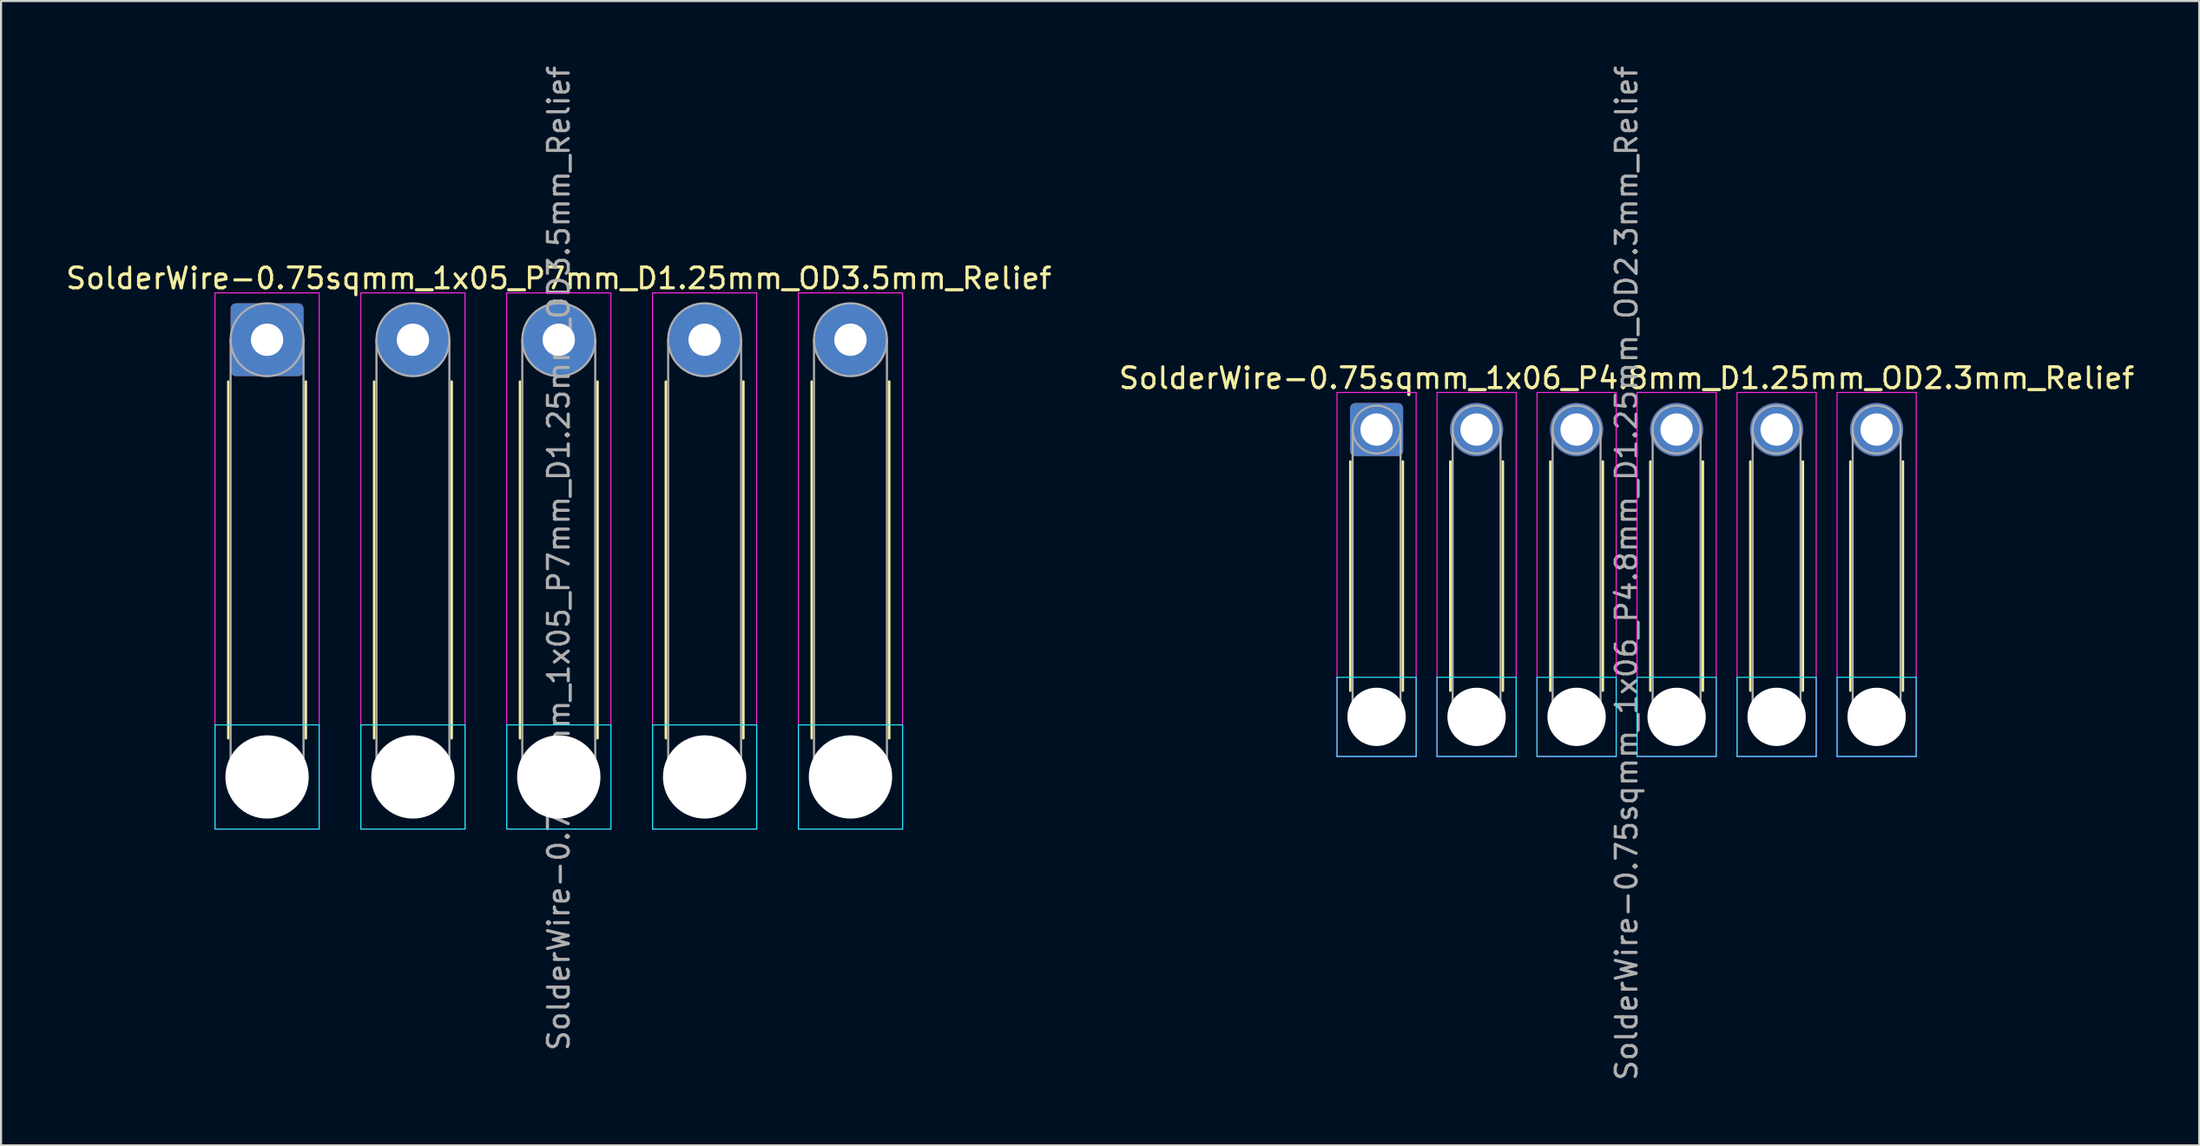
<source format=kicad_pcb>
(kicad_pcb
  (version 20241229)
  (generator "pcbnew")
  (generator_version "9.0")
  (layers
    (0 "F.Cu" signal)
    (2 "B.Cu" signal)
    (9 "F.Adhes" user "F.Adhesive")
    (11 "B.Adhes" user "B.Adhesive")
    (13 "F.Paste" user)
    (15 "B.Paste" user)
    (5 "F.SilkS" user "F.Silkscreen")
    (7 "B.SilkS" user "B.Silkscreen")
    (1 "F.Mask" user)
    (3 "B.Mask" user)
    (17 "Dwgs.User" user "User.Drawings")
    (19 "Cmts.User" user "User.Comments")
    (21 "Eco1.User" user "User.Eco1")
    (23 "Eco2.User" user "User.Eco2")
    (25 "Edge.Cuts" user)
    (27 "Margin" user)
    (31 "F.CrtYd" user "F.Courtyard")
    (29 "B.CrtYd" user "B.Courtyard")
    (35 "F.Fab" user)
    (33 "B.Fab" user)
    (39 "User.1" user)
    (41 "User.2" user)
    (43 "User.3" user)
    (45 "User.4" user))
  (footprint "SolderWire-0.75sqmm_1x05_P7mm_D1.25mm_OD3.5mm_Relief"
    (layer "F.Cu")
    (at 9.768 13.268)
    (property "Reference" "SolderWire-0.75sqmm_1x05_P7mm_D1.25mm_OD3.5mm_Relief" (at 14 -2.95 0) (layer "F.SilkS") (effects (font (size 1 1) (thickness 0.15))))
    (attr exclude_from_pos_files exclude_from_bom)
    (fp_line (start -1.86 2.01) (end -1.86 19.14) (stroke (width 0.12) (type solid)) (layer "F.SilkS"))
    (fp_line (start 1.86 2.01) (end 1.86 19.14) (stroke (width 0.12) (type solid)) (layer "F.SilkS"))
    (fp_line (start 5.14 2.01) (end 5.14 19.14) (stroke (width 0.12) (type solid)) (layer "F.SilkS"))
    (fp_line (start 8.86 2.01) (end 8.86 19.14) (stroke (width 0.12) (type solid)) (layer "F.SilkS"))
    (fp_line (start 12.14 2.01) (end 12.14 19.14) (stroke (width 0.12) (type solid)) (layer "F.SilkS"))
    (fp_line (start 15.86 2.01) (end 15.86 19.14) (stroke (width 0.12) (type solid)) (layer "F.SilkS"))
    (fp_line (start 19.14 2.01) (end 19.14 19.14) (stroke (width 0.12) (type solid)) (layer "F.SilkS"))
    (fp_line (start 22.86 2.01) (end 22.86 19.14) (stroke (width 0.12) (type solid)) (layer "F.SilkS"))
    (fp_line (start 26.14 2.01) (end 26.14 19.14) (stroke (width 0.12) (type solid)) (layer "F.SilkS"))
    (fp_line (start 29.86 2.01) (end 29.86 19.14) (stroke (width 0.12) (type solid)) (layer "F.SilkS"))
    (fp_line (start -2.5 18.5) (end -2.5 23.5) (stroke (width 0.05) (type solid)) (layer "B.CrtYd"))
    (fp_line (start -2.5 23.5) (end 2.5 23.5) (stroke (width 0.05) (type solid)) (layer "B.CrtYd"))
    (fp_line (start 2.5 18.5) (end -2.5 18.5) (stroke (width 0.05) (type solid)) (layer "B.CrtYd"))
    (fp_line (start 2.5 23.5) (end 2.5 18.5) (stroke (width 0.05) (type solid)) (layer "B.CrtYd"))
    (fp_line (start 4.5 18.5) (end 4.5 23.5) (stroke (width 0.05) (type solid)) (layer "B.CrtYd"))
    (fp_line (start 4.5 23.5) (end 9.5 23.5) (stroke (width 0.05) (type solid)) (layer "B.CrtYd"))
    (fp_line (start 9.5 18.5) (end 4.5 18.5) (stroke (width 0.05) (type solid)) (layer "B.CrtYd"))
    (fp_line (start 9.5 23.5) (end 9.5 18.5) (stroke (width 0.05) (type solid)) (layer "B.CrtYd"))
    (fp_line (start 11.5 18.5) (end 11.5 23.5) (stroke (width 0.05) (type solid)) (layer "B.CrtYd"))
    (fp_line (start 11.5 23.5) (end 16.5 23.5) (stroke (width 0.05) (type solid)) (layer "B.CrtYd"))
    (fp_line (start 16.5 18.5) (end 11.5 18.5) (stroke (width 0.05) (type solid)) (layer "B.CrtYd"))
    (fp_line (start 16.5 23.5) (end 16.5 18.5) (stroke (width 0.05) (type solid)) (layer "B.CrtYd"))
    (fp_line (start 18.5 18.5) (end 18.5 23.5) (stroke (width 0.05) (type solid)) (layer "B.CrtYd"))
    (fp_line (start 18.5 23.5) (end 23.5 23.5) (stroke (width 0.05) (type solid)) (layer "B.CrtYd"))
    (fp_line (start 23.5 18.5) (end 18.5 18.5) (stroke (width 0.05) (type solid)) (layer "B.CrtYd"))
    (fp_line (start 23.5 23.5) (end 23.5 18.5) (stroke (width 0.05) (type solid)) (layer "B.CrtYd"))
    (fp_line (start 25.5 18.5) (end 25.5 23.5) (stroke (width 0.05) (type solid)) (layer "B.CrtYd"))
    (fp_line (start 25.5 23.5) (end 30.5 23.5) (stroke (width 0.05) (type solid)) (layer "B.CrtYd"))
    (fp_line (start 30.5 18.5) (end 25.5 18.5) (stroke (width 0.05) (type solid)) (layer "B.CrtYd"))
    (fp_line (start 30.5 23.5) (end 30.5 18.5) (stroke (width 0.05) (type solid)) (layer "B.CrtYd"))
    (fp_line (start -2.5 -2.25) (end -2.5 23.5) (stroke (width 0.05) (type solid)) (layer "F.CrtYd"))
    (fp_line (start -2.5 23.5) (end 2.5 23.5) (stroke (width 0.05) (type solid)) (layer "F.CrtYd"))
    (fp_line (start 2.5 -2.25) (end -2.5 -2.25) (stroke (width 0.05) (type solid)) (layer "F.CrtYd"))
    (fp_line (start 2.5 23.5) (end 2.5 -2.25) (stroke (width 0.05) (type solid)) (layer "F.CrtYd"))
    (fp_line (start 4.5 -2.25) (end 4.5 23.5) (stroke (width 0.05) (type solid)) (layer "F.CrtYd"))
    (fp_line (start 4.5 23.5) (end 9.5 23.5) (stroke (width 0.05) (type solid)) (layer "F.CrtYd"))
    (fp_line (start 9.5 -2.25) (end 4.5 -2.25) (stroke (width 0.05) (type solid)) (layer "F.CrtYd"))
    (fp_line (start 9.5 23.5) (end 9.5 -2.25) (stroke (width 0.05) (type solid)) (layer "F.CrtYd"))
    (fp_line (start 11.5 -2.25) (end 11.5 23.5) (stroke (width 0.05) (type solid)) (layer "F.CrtYd"))
    (fp_line (start 11.5 23.5) (end 16.5 23.5) (stroke (width 0.05) (type solid)) (layer "F.CrtYd"))
    (fp_line (start 16.5 -2.25) (end 11.5 -2.25) (stroke (width 0.05) (type solid)) (layer "F.CrtYd"))
    (fp_line (start 16.5 23.5) (end 16.5 -2.25) (stroke (width 0.05) (type solid)) (layer "F.CrtYd"))
    (fp_line (start 18.5 -2.25) (end 18.5 23.5) (stroke (width 0.05) (type solid)) (layer "F.CrtYd"))
    (fp_line (start 18.5 23.5) (end 23.5 23.5) (stroke (width 0.05) (type solid)) (layer "F.CrtYd"))
    (fp_line (start 23.5 -2.25) (end 18.5 -2.25) (stroke (width 0.05) (type solid)) (layer "F.CrtYd"))
    (fp_line (start 23.5 23.5) (end 23.5 -2.25) (stroke (width 0.05) (type solid)) (layer "F.CrtYd"))
    (fp_line (start 25.5 -2.25) (end 25.5 23.5) (stroke (width 0.05) (type solid)) (layer "F.CrtYd"))
    (fp_line (start 25.5 23.5) (end 30.5 23.5) (stroke (width 0.05) (type solid)) (layer "F.CrtYd"))
    (fp_line (start 30.5 -2.25) (end 25.5 -2.25) (stroke (width 0.05) (type solid)) (layer "F.CrtYd"))
    (fp_line (start 30.5 23.5) (end 30.5 -2.25) (stroke (width 0.05) (type solid)) (layer "F.CrtYd"))
    (fp_line (start -1.75 0) (end -1.75 21) (stroke (width 0.1) (type solid)) (layer "F.Fab"))
    (fp_line (start 1.75 0) (end 1.75 21) (stroke (width 0.1) (type solid)) (layer "F.Fab"))
    (fp_line (start 5.25 0) (end 5.25 21) (stroke (width 0.1) (type solid)) (layer "F.Fab"))
    (fp_line (start 8.75 0) (end 8.75 21) (stroke (width 0.1) (type solid)) (layer "F.Fab"))
    (fp_line (start 12.25 0) (end 12.25 21) (stroke (width 0.1) (type solid)) (layer "F.Fab"))
    (fp_line (start 15.75 0) (end 15.75 21) (stroke (width 0.1) (type solid)) (layer "F.Fab"))
    (fp_line (start 19.25 0) (end 19.25 21) (stroke (width 0.1) (type solid)) (layer "F.Fab"))
    (fp_line (start 22.75 0) (end 22.75 21) (stroke (width 0.1) (type solid)) (layer "F.Fab"))
    (fp_line (start 26.25 0) (end 26.25 21) (stroke (width 0.1) (type solid)) (layer "F.Fab"))
    (fp_line (start 29.75 0) (end 29.75 21) (stroke (width 0.1) (type solid)) (layer "F.Fab"))
    (fp_circle (center 0 0) (end 1.75 0) (stroke (width 0.1) (type solid)) (fill no) (layer "F.Fab"))
    (fp_circle (center 0 21) (end 1.75 21) (stroke (width 0.1) (type solid)) (fill no) (layer "F.Fab"))
    (fp_circle (center 7 0) (end 8.75 0) (stroke (width 0.1) (type solid)) (fill no) (layer "F.Fab"))
    (fp_circle (center 7 21) (end 8.75 21) (stroke (width 0.1) (type solid)) (fill no) (layer "F.Fab"))
    (fp_circle (center 14 0) (end 15.75 0) (stroke (width 0.1) (type solid)) (fill no) (layer "F.Fab"))
    (fp_circle (center 14 21) (end 15.75 21) (stroke (width 0.1) (type solid)) (fill no) (layer "F.Fab"))
    (fp_circle (center 21 0) (end 22.75 0) (stroke (width 0.1) (type solid)) (fill no) (layer "F.Fab"))
    (fp_circle (center 21 21) (end 22.75 21) (stroke (width 0.1) (type solid)) (fill no) (layer "F.Fab"))
    (fp_circle (center 28 0) (end 29.75 0) (stroke (width 0.1) (type solid)) (fill no) (layer "F.Fab"))
    (fp_circle (center 28 21) (end 29.75 21) (stroke (width 0.1) (type solid)) (fill no) (layer "F.Fab"))
    (fp_text user "${REFERENCE}" (at 14 10.5 90) (layer "F.Fab") (effects (font (size 1 1) (thickness 0.15))))
    (pad "" np_thru_hole circle (at 0 21) (size 4 4) (drill 4) (layers "*.Cu" "*.Mask"))
    (pad "" np_thru_hole circle (at 7 21) (size 4 4) (drill 4) (layers "*.Cu" "*.Mask"))
    (pad "" np_thru_hole circle (at 14 21) (size 4 4) (drill 4) (layers "*.Cu" "*.Mask"))
    (pad "" np_thru_hole circle (at 21 21) (size 4 4) (drill 4) (layers "*.Cu" "*.Mask"))
    (pad "" np_thru_hole circle (at 28 21) (size 4 4) (drill 4) (layers "*.Cu" "*.Mask"))
    (pad "1" thru_hole roundrect (at 0 0) (size 3.5 3.5) (drill 1.55) (layers "*.Cu" "*.Mask") (roundrect_rratio 0.071))
    (pad "2" thru_hole circle (at 7 0) (size 3.5 3.5) (drill 1.55) (layers "*.Cu" "*.Mask"))
    (pad "3" thru_hole circle (at 14 0) (size 3.5 3.5) (drill 1.55) (layers "*.Cu" "*.Mask"))
    (pad "4" thru_hole circle (at 21 0) (size 3.5 3.5) (drill 1.55) (layers "*.Cu" "*.Mask"))
    (pad "5" thru_hole circle (at 28 0) (size 3.5 3.5) (drill 1.55) (layers "*.Cu" "*.Mask")))
  (footprint "SolderWire-0.75sqmm_1x06_P4.8mm_D1.25mm_OD2.3mm_Relief"
    (layer "F.Cu")
    (at 63.018 17.582)
    (property "Reference" "SolderWire-0.75sqmm_1x06_P4.8mm_D1.25mm_OD2.3mm_Relief" (at 12 -2.47 0) (layer "F.SilkS") (effects (font (size 1 1) (thickness 0.15))))
    (attr exclude_from_pos_files exclude_from_bom)
    (fp_line (start -1.26 1.535) (end -1.26 12.54) (stroke (width 0.12) (type solid)) (layer "F.SilkS"))
    (fp_line (start 1.26 1.535) (end 1.26 12.54) (stroke (width 0.12) (type solid)) (layer "F.SilkS"))
    (fp_line (start 3.54 1.535) (end 3.54 12.54) (stroke (width 0.12) (type solid)) (layer "F.SilkS"))
    (fp_line (start 6.06 1.535) (end 6.06 12.54) (stroke (width 0.12) (type solid)) (layer "F.SilkS"))
    (fp_line (start 8.34 1.535) (end 8.34 12.54) (stroke (width 0.12) (type solid)) (layer "F.SilkS"))
    (fp_line (start 10.86 1.535) (end 10.86 12.54) (stroke (width 0.12) (type solid)) (layer "F.SilkS"))
    (fp_line (start 13.14 1.535) (end 13.14 12.54) (stroke (width 0.12) (type solid)) (layer "F.SilkS"))
    (fp_line (start 15.66 1.535) (end 15.66 12.54) (stroke (width 0.12) (type solid)) (layer "F.SilkS"))
    (fp_line (start 17.94 1.535) (end 17.94 12.54) (stroke (width 0.12) (type solid)) (layer "F.SilkS"))
    (fp_line (start 20.46 1.535) (end 20.46 12.54) (stroke (width 0.12) (type solid)) (layer "F.SilkS"))
    (fp_line (start 22.74 1.535) (end 22.74 12.54) (stroke (width 0.12) (type solid)) (layer "F.SilkS"))
    (fp_line (start 25.26 1.535) (end 25.26 12.54) (stroke (width 0.12) (type solid)) (layer "F.SilkS"))
    (fp_line (start -1.9 11.9) (end -1.9 15.7) (stroke (width 0.05) (type solid)) (layer "B.CrtYd"))
    (fp_line (start -1.9 15.7) (end 1.9 15.7) (stroke (width 0.05) (type solid)) (layer "B.CrtYd"))
    (fp_line (start 1.9 11.9) (end -1.9 11.9) (stroke (width 0.05) (type solid)) (layer "B.CrtYd"))
    (fp_line (start 1.9 15.7) (end 1.9 11.9) (stroke (width 0.05) (type solid)) (layer "B.CrtYd"))
    (fp_line (start 2.9 11.9) (end 2.9 15.7) (stroke (width 0.05) (type solid)) (layer "B.CrtYd"))
    (fp_line (start 2.9 15.7) (end 6.7 15.7) (stroke (width 0.05) (type solid)) (layer "B.CrtYd"))
    (fp_line (start 6.7 11.9) (end 2.9 11.9) (stroke (width 0.05) (type solid)) (layer "B.CrtYd"))
    (fp_line (start 6.7 15.7) (end 6.7 11.9) (stroke (width 0.05) (type solid)) (layer "B.CrtYd"))
    (fp_line (start 7.7 11.9) (end 7.7 15.7) (stroke (width 0.05) (type solid)) (layer "B.CrtYd"))
    (fp_line (start 7.7 15.7) (end 11.5 15.7) (stroke (width 0.05) (type solid)) (layer "B.CrtYd"))
    (fp_line (start 11.5 11.9) (end 7.7 11.9) (stroke (width 0.05) (type solid)) (layer "B.CrtYd"))
    (fp_line (start 11.5 15.7) (end 11.5 11.9) (stroke (width 0.05) (type solid)) (layer "B.CrtYd"))
    (fp_line (start 12.5 11.9) (end 12.5 15.7) (stroke (width 0.05) (type solid)) (layer "B.CrtYd"))
    (fp_line (start 12.5 15.7) (end 16.3 15.7) (stroke (width 0.05) (type solid)) (layer "B.CrtYd"))
    (fp_line (start 16.3 11.9) (end 12.5 11.9) (stroke (width 0.05) (type solid)) (layer "B.CrtYd"))
    (fp_line (start 16.3 15.7) (end 16.3 11.9) (stroke (width 0.05) (type solid)) (layer "B.CrtYd"))
    (fp_line (start 17.3 11.9) (end 17.3 15.7) (stroke (width 0.05) (type solid)) (layer "B.CrtYd"))
    (fp_line (start 17.3 15.7) (end 21.1 15.7) (stroke (width 0.05) (type solid)) (layer "B.CrtYd"))
    (fp_line (start 21.1 11.9) (end 17.3 11.9) (stroke (width 0.05) (type solid)) (layer "B.CrtYd"))
    (fp_line (start 21.1 15.7) (end 21.1 11.9) (stroke (width 0.05) (type solid)) (layer "B.CrtYd"))
    (fp_line (start 22.1 11.9) (end 22.1 15.7) (stroke (width 0.05) (type solid)) (layer "B.CrtYd"))
    (fp_line (start 22.1 15.7) (end 25.9 15.7) (stroke (width 0.05) (type solid)) (layer "B.CrtYd"))
    (fp_line (start 25.9 11.9) (end 22.1 11.9) (stroke (width 0.05) (type solid)) (layer "B.CrtYd"))
    (fp_line (start 25.9 15.7) (end 25.9 11.9) (stroke (width 0.05) (type solid)) (layer "B.CrtYd"))
    (fp_line (start -1.9 -1.78) (end -1.9 15.7) (stroke (width 0.05) (type solid)) (layer "F.CrtYd"))
    (fp_line (start -1.9 15.7) (end 1.9 15.7) (stroke (width 0.05) (type solid)) (layer "F.CrtYd"))
    (fp_line (start 1.9 -1.78) (end -1.9 -1.78) (stroke (width 0.05) (type solid)) (layer "F.CrtYd"))
    (fp_line (start 1.9 15.7) (end 1.9 -1.78) (stroke (width 0.05) (type solid)) (layer "F.CrtYd"))
    (fp_line (start 2.9 -1.78) (end 2.9 15.7) (stroke (width 0.05) (type solid)) (layer "F.CrtYd"))
    (fp_line (start 2.9 15.7) (end 6.7 15.7) (stroke (width 0.05) (type solid)) (layer "F.CrtYd"))
    (fp_line (start 6.7 -1.78) (end 2.9 -1.78) (stroke (width 0.05) (type solid)) (layer "F.CrtYd"))
    (fp_line (start 6.7 15.7) (end 6.7 -1.78) (stroke (width 0.05) (type solid)) (layer "F.CrtYd"))
    (fp_line (start 7.7 -1.78) (end 7.7 15.7) (stroke (width 0.05) (type solid)) (layer "F.CrtYd"))
    (fp_line (start 7.7 15.7) (end 11.5 15.7) (stroke (width 0.05) (type solid)) (layer "F.CrtYd"))
    (fp_line (start 11.5 -1.78) (end 7.7 -1.78) (stroke (width 0.05) (type solid)) (layer "F.CrtYd"))
    (fp_line (start 11.5 15.7) (end 11.5 -1.78) (stroke (width 0.05) (type solid)) (layer "F.CrtYd"))
    (fp_line (start 12.5 -1.78) (end 12.5 15.7) (stroke (width 0.05) (type solid)) (layer "F.CrtYd"))
    (fp_line (start 12.5 15.7) (end 16.3 15.7) (stroke (width 0.05) (type solid)) (layer "F.CrtYd"))
    (fp_line (start 16.3 -1.78) (end 12.5 -1.78) (stroke (width 0.05) (type solid)) (layer "F.CrtYd"))
    (fp_line (start 16.3 15.7) (end 16.3 -1.78) (stroke (width 0.05) (type solid)) (layer "F.CrtYd"))
    (fp_line (start 17.3 -1.78) (end 17.3 15.7) (stroke (width 0.05) (type solid)) (layer "F.CrtYd"))
    (fp_line (start 17.3 15.7) (end 21.1 15.7) (stroke (width 0.05) (type solid)) (layer "F.CrtYd"))
    (fp_line (start 21.1 -1.78) (end 17.3 -1.78) (stroke (width 0.05) (type solid)) (layer "F.CrtYd"))
    (fp_line (start 21.1 15.7) (end 21.1 -1.78) (stroke (width 0.05) (type solid)) (layer "F.CrtYd"))
    (fp_line (start 22.1 -1.78) (end 22.1 15.7) (stroke (width 0.05) (type solid)) (layer "F.CrtYd"))
    (fp_line (start 22.1 15.7) (end 25.9 15.7) (stroke (width 0.05) (type solid)) (layer "F.CrtYd"))
    (fp_line (start 25.9 -1.78) (end 22.1 -1.78) (stroke (width 0.05) (type solid)) (layer "F.CrtYd"))
    (fp_line (start 25.9 15.7) (end 25.9 -1.78) (stroke (width 0.05) (type solid)) (layer "F.CrtYd"))
    (fp_line (start -1.15 0) (end -1.15 13.8) (stroke (width 0.1) (type solid)) (layer "F.Fab"))
    (fp_line (start 1.15 0) (end 1.15 13.8) (stroke (width 0.1) (type solid)) (layer "F.Fab"))
    (fp_line (start 3.65 0) (end 3.65 13.8) (stroke (width 0.1) (type solid)) (layer "F.Fab"))
    (fp_line (start 5.95 0) (end 5.95 13.8) (stroke (width 0.1) (type solid)) (layer "F.Fab"))
    (fp_line (start 8.45 0) (end 8.45 13.8) (stroke (width 0.1) (type solid)) (layer "F.Fab"))
    (fp_line (start 10.75 0) (end 10.75 13.8) (stroke (width 0.1) (type solid)) (layer "F.Fab"))
    (fp_line (start 13.25 0) (end 13.25 13.8) (stroke (width 0.1) (type solid)) (layer "F.Fab"))
    (fp_line (start 15.55 0) (end 15.55 13.8) (stroke (width 0.1) (type solid)) (layer "F.Fab"))
    (fp_line (start 18.05 0) (end 18.05 13.8) (stroke (width 0.1) (type solid)) (layer "F.Fab"))
    (fp_line (start 20.35 0) (end 20.35 13.8) (stroke (width 0.1) (type solid)) (layer "F.Fab"))
    (fp_line (start 22.85 0) (end 22.85 13.8) (stroke (width 0.1) (type solid)) (layer "F.Fab"))
    (fp_line (start 25.15 0) (end 25.15 13.8) (stroke (width 0.1) (type solid)) (layer "F.Fab"))
    (fp_circle (center 0 0) (end 1.15 0) (stroke (width 0.1) (type solid)) (fill no) (layer "F.Fab"))
    (fp_circle (center 0 13.8) (end 1.15 13.8) (stroke (width 0.1) (type solid)) (fill no) (layer "F.Fab"))
    (fp_circle (center 4.8 0) (end 5.95 0) (stroke (width 0.1) (type solid)) (fill no) (layer "F.Fab"))
    (fp_circle (center 4.8 13.8) (end 5.95 13.8) (stroke (width 0.1) (type solid)) (fill no) (layer "F.Fab"))
    (fp_circle (center 9.6 0) (end 10.75 0) (stroke (width 0.1) (type solid)) (fill no) (layer "F.Fab"))
    (fp_circle (center 9.6 13.8) (end 10.75 13.8) (stroke (width 0.1) (type solid)) (fill no) (layer "F.Fab"))
    (fp_circle (center 14.4 0) (end 15.55 0) (stroke (width 0.1) (type solid)) (fill no) (layer "F.Fab"))
    (fp_circle (center 14.4 13.8) (end 15.55 13.8) (stroke (width 0.1) (type solid)) (fill no) (layer "F.Fab"))
    (fp_circle (center 19.2 0) (end 20.35 0) (stroke (width 0.1) (type solid)) (fill no) (layer "F.Fab"))
    (fp_circle (center 19.2 13.8) (end 20.35 13.8) (stroke (width 0.1) (type solid)) (fill no) (layer "F.Fab"))
    (fp_circle (center 24 0) (end 25.15 0) (stroke (width 0.1) (type solid)) (fill no) (layer "F.Fab"))
    (fp_circle (center 24 13.8) (end 25.15 13.8) (stroke (width 0.1) (type solid)) (fill no) (layer "F.Fab"))
    (fp_text user "${REFERENCE}" (at 12 6.9 90) (layer "F.Fab") (effects (font (size 1 1) (thickness 0.15))))
    (pad "" np_thru_hole circle (at 0 13.8) (size 2.8 2.8) (drill 2.8) (layers "*.Cu" "*.Mask"))
    (pad "" np_thru_hole circle (at 4.8 13.8) (size 2.8 2.8) (drill 2.8) (layers "*.Cu" "*.Mask"))
    (pad "" np_thru_hole circle (at 9.6 13.8) (size 2.8 2.8) (drill 2.8) (layers "*.Cu" "*.Mask"))
    (pad "" np_thru_hole circle (at 14.4 13.8) (size 2.8 2.8) (drill 2.8) (layers "*.Cu" "*.Mask"))
    (pad "" np_thru_hole circle (at 19.2 13.8) (size 2.8 2.8) (drill 2.8) (layers "*.Cu" "*.Mask"))
    (pad "" np_thru_hole circle (at 24 13.8) (size 2.8 2.8) (drill 2.8) (layers "*.Cu" "*.Mask"))
    (pad "1" thru_hole roundrect (at 0 0) (size 2.55 2.55) (drill 1.55) (layers "*.Cu" "*.Mask") (roundrect_rratio 0.098))
    (pad "2" thru_hole circle (at 4.8 0) (size 2.55 2.55) (drill 1.55) (layers "*.Cu" "*.Mask"))
    (pad "3" thru_hole circle (at 9.6 0) (size 2.55 2.55) (drill 1.55) (layers "*.Cu" "*.Mask"))
    (pad "4" thru_hole circle (at 14.4 0) (size 2.55 2.55) (drill 1.55) (layers "*.Cu" "*.Mask"))
    (pad "5" thru_hole circle (at 19.2 0) (size 2.55 2.55) (drill 1.55) (layers "*.Cu" "*.Mask"))
    (pad "6" thru_hole circle (at 24 0) (size 2.55 2.55) (drill 1.55) (layers "*.Cu" "*.Mask")))
  (gr_rect
    (start -3 -3)
    (end 102.5 51.964)
    (stroke (width 0.1) (type default))
    (fill no)
    (layer "Edge.Cuts")))
</source>
